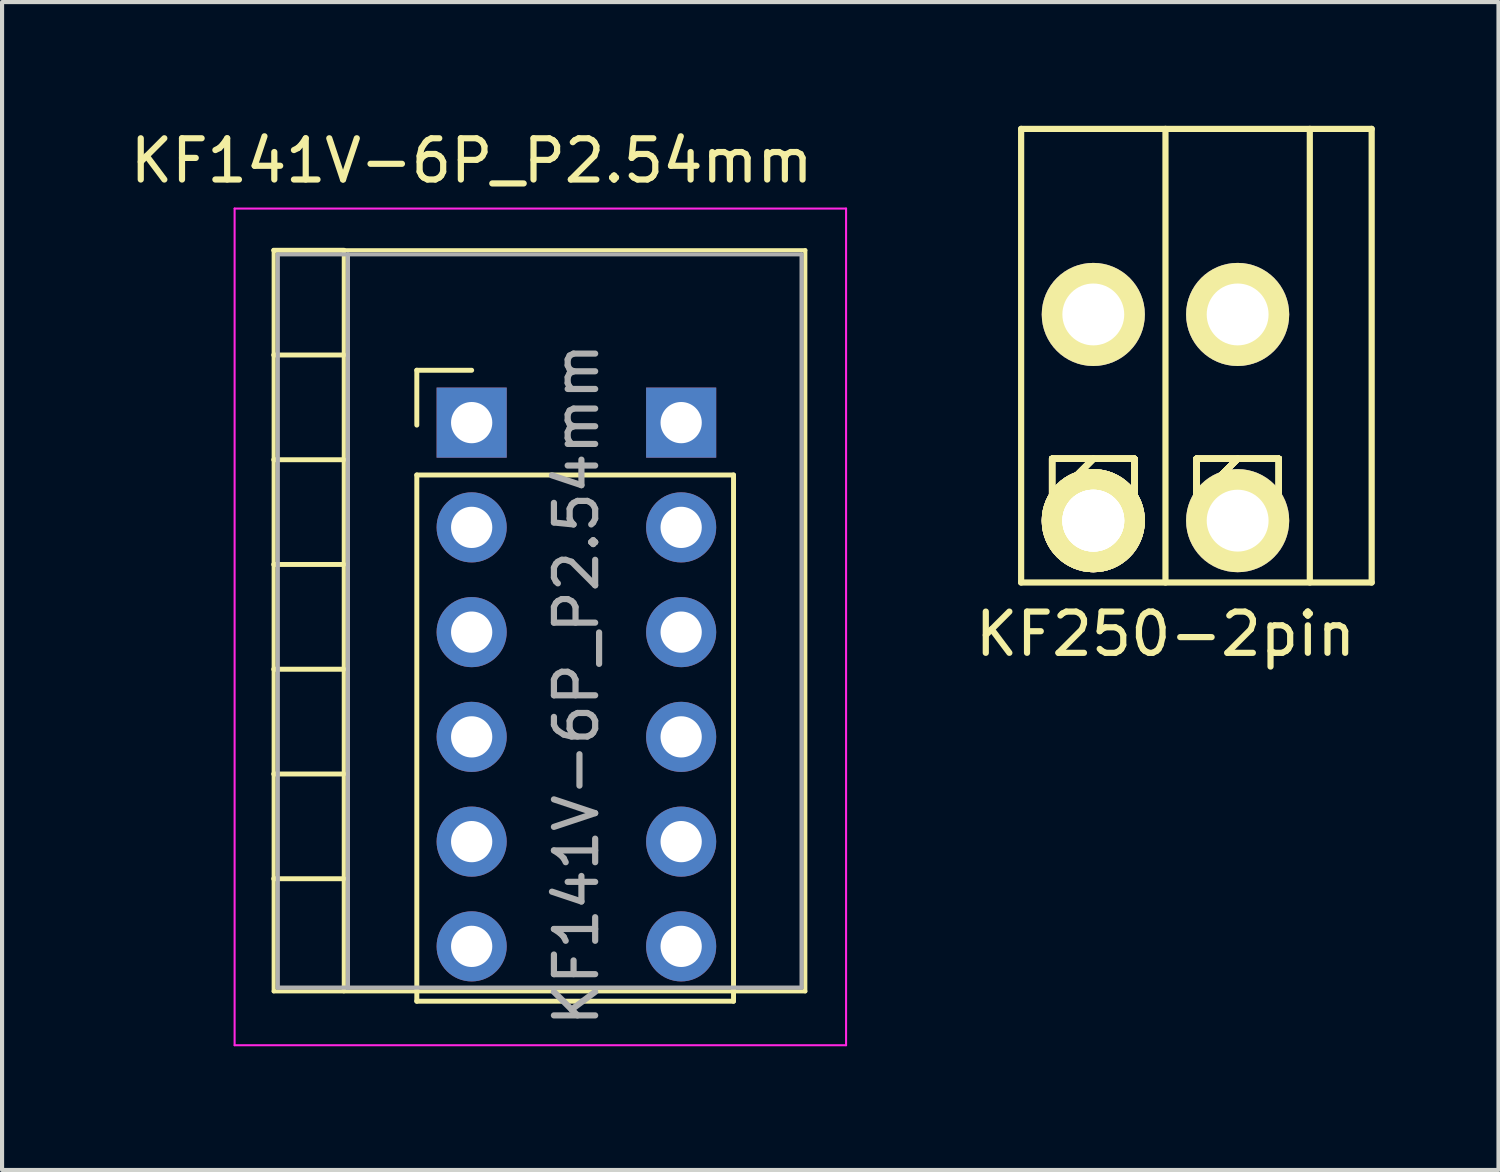
<source format=kicad_pcb>
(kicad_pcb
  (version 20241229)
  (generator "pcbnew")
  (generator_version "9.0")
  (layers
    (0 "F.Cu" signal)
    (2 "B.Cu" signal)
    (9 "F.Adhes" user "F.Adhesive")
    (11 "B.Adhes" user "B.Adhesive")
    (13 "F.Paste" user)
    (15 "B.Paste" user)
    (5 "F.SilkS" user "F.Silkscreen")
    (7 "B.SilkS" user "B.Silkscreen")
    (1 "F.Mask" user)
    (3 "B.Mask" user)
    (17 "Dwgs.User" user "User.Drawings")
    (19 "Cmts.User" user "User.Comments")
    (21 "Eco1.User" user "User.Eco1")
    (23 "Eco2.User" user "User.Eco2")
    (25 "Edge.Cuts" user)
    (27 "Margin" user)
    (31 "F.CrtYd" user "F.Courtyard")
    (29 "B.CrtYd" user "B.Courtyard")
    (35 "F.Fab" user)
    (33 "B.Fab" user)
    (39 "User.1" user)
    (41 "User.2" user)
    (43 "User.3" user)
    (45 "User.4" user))
  (footprint "KF250-2pin"
    (layer "F.Cu")
    (at 25.211 7.075)
    (property "Reference" "KF250-2pin" (at 0 5.25 0) (layer "F.SilkS") (effects (font (size 1 1) (thickness 0.15))))
    (attr through_hole)
    (fp_line (start -3.5 -7) (end -3.5 4) (stroke (width 0.15) (type solid)) (layer "F.SilkS"))
    (fp_line (start -3.5 -7) (end 5 -7) (stroke (width 0.15) (type solid)) (layer "F.SilkS"))
    (fp_line (start -3.5 4) (end 5 4) (stroke (width 0.15) (type solid)) (layer "F.SilkS"))
    (fp_line (start -2.75 1) (end -2.75 3) (stroke (width 0.15) (type solid)) (layer "F.SilkS"))
    (fp_line (start -2.75 1) (end -2.75 3) (stroke (width 0.15) (type solid)) (layer "F.SilkS"))
    (fp_line (start -2.75 1) (end -2.75 3) (stroke (width 0.15) (type solid)) (layer "F.SilkS"))
    (fp_line (start -2.75 1) (end -2.75 3) (stroke (width 0.15) (type solid)) (layer "F.SilkS"))
    (fp_line (start -2.75 1) (end -2.75 3) (stroke (width 0.15) (type solid)) (layer "F.SilkS"))
    (fp_line (start -2.75 1) (end -2.75 3) (stroke (width 0.15) (type solid)) (layer "F.SilkS"))
    (fp_line (start -2.75 1) (end -2.75 3) (stroke (width 0.15) (type solid)) (layer "F.SilkS"))
    (fp_line (start -2.75 1) (end -2.75 3) (stroke (width 0.15) (type solid)) (layer "F.SilkS"))
    (fp_line (start -2.75 3) (end -0.75 3) (stroke (width 0.15) (type solid)) (layer "F.SilkS"))
    (fp_line (start -2.75 3) (end -0.75 3) (stroke (width 0.15) (type solid)) (layer "F.SilkS"))
    (fp_line (start -2.75 3) (end -0.75 3) (stroke (width 0.15) (type solid)) (layer "F.SilkS"))
    (fp_line (start -2.75 3) (end -0.75 3) (stroke (width 0.15) (type solid)) (layer "F.SilkS"))
    (fp_line (start -2.75 3) (end -0.75 3) (stroke (width 0.15) (type solid)) (layer "F.SilkS"))
    (fp_line (start -2.75 3) (end -0.75 3) (stroke (width 0.15) (type solid)) (layer "F.SilkS"))
    (fp_line (start -2.75 3) (end -0.75 3) (stroke (width 0.15) (type solid)) (layer "F.SilkS"))
    (fp_line (start -2.75 3) (end -0.75 3) (stroke (width 0.15) (type solid)) (layer "F.SilkS"))
    (fp_line (start -1.75 1) (end -2.75 2) (stroke (width 0.15) (type solid)) (layer "F.SilkS"))
    (fp_line (start -1.75 1) (end -2.75 2) (stroke (width 0.15) (type solid)) (layer "F.SilkS"))
    (fp_line (start -1.75 1) (end -2.75 2) (stroke (width 0.15) (type solid)) (layer "F.SilkS"))
    (fp_line (start -1.75 1) (end -2.75 2) (stroke (width 0.15) (type solid)) (layer "F.SilkS"))
    (fp_line (start -1.75 1) (end -2.75 2) (stroke (width 0.15) (type solid)) (layer "F.SilkS"))
    (fp_line (start -1.75 1) (end -2.75 2) (stroke (width 0.15) (type solid)) (layer "F.SilkS"))
    (fp_line (start -1.75 1) (end -2.75 2) (stroke (width 0.15) (type solid)) (layer "F.SilkS"))
    (fp_line (start -1.75 1) (end -2.75 2) (stroke (width 0.15) (type solid)) (layer "F.SilkS"))
    (fp_line (start -0.75 1) (end -2.75 1) (stroke (width 0.15) (type solid)) (layer "F.SilkS"))
    (fp_line (start -0.75 1) (end -2.75 1) (stroke (width 0.15) (type solid)) (layer "F.SilkS"))
    (fp_line (start -0.75 1) (end -2.75 1) (stroke (width 0.15) (type solid)) (layer "F.SilkS"))
    (fp_line (start -0.75 1) (end -2.75 1) (stroke (width 0.15) (type solid)) (layer "F.SilkS"))
    (fp_line (start -0.75 1) (end -2.75 1) (stroke (width 0.15) (type solid)) (layer "F.SilkS"))
    (fp_line (start -0.75 1) (end -2.75 1) (stroke (width 0.15) (type solid)) (layer "F.SilkS"))
    (fp_line (start -0.75 1) (end -2.75 1) (stroke (width 0.15) (type solid)) (layer "F.SilkS"))
    (fp_line (start -0.75 1) (end -2.75 1) (stroke (width 0.15) (type solid)) (layer "F.SilkS"))
    (fp_line (start -0.75 3) (end -0.75 1) (stroke (width 0.15) (type solid)) (layer "F.SilkS"))
    (fp_line (start -0.75 3) (end -0.75 1) (stroke (width 0.15) (type solid)) (layer "F.SilkS"))
    (fp_line (start -0.75 3) (end -0.75 1) (stroke (width 0.15) (type solid)) (layer "F.SilkS"))
    (fp_line (start -0.75 3) (end -0.75 1) (stroke (width 0.15) (type solid)) (layer "F.SilkS"))
    (fp_line (start -0.75 3) (end -0.75 1) (stroke (width 0.15) (type solid)) (layer "F.SilkS"))
    (fp_line (start -0.75 3) (end -0.75 1) (stroke (width 0.15) (type solid)) (layer "F.SilkS"))
    (fp_line (start -0.75 3) (end -0.75 1) (stroke (width 0.15) (type solid)) (layer "F.SilkS"))
    (fp_line (start -0.75 3) (end -0.75 1) (stroke (width 0.15) (type solid)) (layer "F.SilkS"))
    (fp_line (start 0 -7) (end 0 4) (stroke (width 0.15) (type solid)) (layer "F.SilkS"))
    (fp_line (start 0.75 1) (end 0.75 3) (stroke (width 0.15) (type solid)) (layer "F.SilkS"))
    (fp_line (start 0.75 1) (end 0.75 3) (stroke (width 0.15) (type solid)) (layer "F.SilkS"))
    (fp_line (start 0.75 1) (end 0.75 3) (stroke (width 0.15) (type solid)) (layer "F.SilkS"))
    (fp_line (start 0.75 1) (end 0.75 3) (stroke (width 0.15) (type solid)) (layer "F.SilkS"))
    (fp_line (start 0.75 1) (end 0.75 3) (stroke (width 0.15) (type solid)) (layer "F.SilkS"))
    (fp_line (start 0.75 1) (end 0.75 3) (stroke (width 0.15) (type solid)) (layer "F.SilkS"))
    (fp_line (start 0.75 1) (end 0.75 3) (stroke (width 0.15) (type solid)) (layer "F.SilkS"))
    (fp_line (start 0.75 1) (end 0.75 3) (stroke (width 0.15) (type solid)) (layer "F.SilkS"))
    (fp_line (start 0.75 3) (end 2.75 3) (stroke (width 0.15) (type solid)) (layer "F.SilkS"))
    (fp_line (start 0.75 3) (end 2.75 3) (stroke (width 0.15) (type solid)) (layer "F.SilkS"))
    (fp_line (start 0.75 3) (end 2.75 3) (stroke (width 0.15) (type solid)) (layer "F.SilkS"))
    (fp_line (start 0.75 3) (end 2.75 3) (stroke (width 0.15) (type solid)) (layer "F.SilkS"))
    (fp_line (start 0.75 3) (end 2.75 3) (stroke (width 0.15) (type solid)) (layer "F.SilkS"))
    (fp_line (start 0.75 3) (end 2.75 3) (stroke (width 0.15) (type solid)) (layer "F.SilkS"))
    (fp_line (start 0.75 3) (end 2.75 3) (stroke (width 0.15) (type solid)) (layer "F.SilkS"))
    (fp_line (start 0.75 3) (end 2.75 3) (stroke (width 0.15) (type solid)) (layer "F.SilkS"))
    (fp_line (start 1.75 1) (end 0.75 2) (stroke (width 0.15) (type solid)) (layer "F.SilkS"))
    (fp_line (start 1.75 1) (end 0.75 2) (stroke (width 0.15) (type solid)) (layer "F.SilkS"))
    (fp_line (start 1.75 1) (end 0.75 2) (stroke (width 0.15) (type solid)) (layer "F.SilkS"))
    (fp_line (start 1.75 1) (end 0.75 2) (stroke (width 0.15) (type solid)) (layer "F.SilkS"))
    (fp_line (start 1.75 1) (end 0.75 2) (stroke (width 0.15) (type solid)) (layer "F.SilkS"))
    (fp_line (start 1.75 1) (end 0.75 2) (stroke (width 0.15) (type solid)) (layer "F.SilkS"))
    (fp_line (start 1.75 1) (end 0.75 2) (stroke (width 0.15) (type solid)) (layer "F.SilkS"))
    (fp_line (start 1.75 1) (end 0.75 2) (stroke (width 0.15) (type solid)) (layer "F.SilkS"))
    (fp_line (start 2.75 1) (end 0.75 1) (stroke (width 0.15) (type solid)) (layer "F.SilkS"))
    (fp_line (start 2.75 1) (end 0.75 1) (stroke (width 0.15) (type solid)) (layer "F.SilkS"))
    (fp_line (start 2.75 1) (end 0.75 1) (stroke (width 0.15) (type solid)) (layer "F.SilkS"))
    (fp_line (start 2.75 1) (end 0.75 1) (stroke (width 0.15) (type solid)) (layer "F.SilkS"))
    (fp_line (start 2.75 1) (end 0.75 1) (stroke (width 0.15) (type solid)) (layer "F.SilkS"))
    (fp_line (start 2.75 1) (end 0.75 1) (stroke (width 0.15) (type solid)) (layer "F.SilkS"))
    (fp_line (start 2.75 1) (end 0.75 1) (stroke (width 0.15) (type solid)) (layer "F.SilkS"))
    (fp_line (start 2.75 1) (end 0.75 1) (stroke (width 0.15) (type solid)) (layer "F.SilkS"))
    (fp_line (start 2.75 3) (end 2.75 1) (stroke (width 0.15) (type solid)) (layer "F.SilkS"))
    (fp_line (start 2.75 3) (end 2.75 1) (stroke (width 0.15) (type solid)) (layer "F.SilkS"))
    (fp_line (start 2.75 3) (end 2.75 1) (stroke (width 0.15) (type solid)) (layer "F.SilkS"))
    (fp_line (start 2.75 3) (end 2.75 1) (stroke (width 0.15) (type solid)) (layer "F.SilkS"))
    (fp_line (start 2.75 3) (end 2.75 1) (stroke (width 0.15) (type solid)) (layer "F.SilkS"))
    (fp_line (start 2.75 3) (end 2.75 1) (stroke (width 0.15) (type solid)) (layer "F.SilkS"))
    (fp_line (start 2.75 3) (end 2.75 1) (stroke (width 0.15) (type solid)) (layer "F.SilkS"))
    (fp_line (start 2.75 3) (end 2.75 1) (stroke (width 0.15) (type solid)) (layer "F.SilkS"))
    (fp_line (start 3.5 -7) (end 3.5 4) (stroke (width 0.15) (type solid)) (layer "F.SilkS"))
    (fp_line (start 5 -7) (end 5 4) (stroke (width 0.15) (type solid)) (layer "F.SilkS"))
    (fp_circle (center -1.75 -2.5) (end -1.75 -1.75) (stroke (width 0.15) (type solid)) (fill no) (layer "F.SilkS"))
    (fp_circle (center 1.75 -2.5) (end 2.25 -2) (stroke (width 0.15) (type solid)) (fill no) (layer "F.SilkS"))
    (pad "1" thru_hole circle (at 1.75 -2.5) (size 2.5 2.5) (drill 1.5) (layers "*.Cu" "*.Mask" "F.SilkS"))
    (pad "1" thru_hole circle (at 1.75 2.5) (size 2.5 2.5) (drill 1.5) (layers "*.Cu" "*.Mask" "F.SilkS"))
    (pad "2" thru_hole circle (at -1.75 -2.5) (size 2.5 2.5) (drill 1.5) (layers "*.Cu" "*.Mask" "F.SilkS"))
    (pad "2" thru_hole circle (at -1.75 2.5) (size 2.5 2.5) (drill 1.5) (layers "*.Cu" "*.Mask" "F.SilkS"))
    (pad "2" thru_hole circle (at -1.75 2.5) (size 2.5 2.5) (drill 1.5) (layers "*.Cu" "*.Mask" "F.SilkS"))
    (pad "2" thru_hole circle (at -1.75 2.5) (size 2.5 2.5) (drill 1.5) (layers "*.Cu" "*.Mask" "F.SilkS"))
    (pad "2" thru_hole circle (at -1.75 2.5) (size 2.5 2.5) (drill 1.5) (layers "*.Cu" "*.Mask" "F.SilkS")))
  (footprint "KF141V-6P_P2.54mm"
    (layer "F.Cu")
    (at 10.927 7.198)
    (property "Reference" "KF141V-6P_P2.54mm" (at -2.54 -6.35 0) (layer "F.SilkS") (effects (font (size 1 1) (thickness 0.15))))
    (attr through_hole)
    (fp_line (start -7.34 -4.18) (end -5.64 -4.18) (stroke (width 0.1) (type solid)) (layer "F.SilkS"))
    (fp_line (start -7.34 -4.18) (end -5.64 -4.18) (stroke (width 0.12) (type solid)) (layer "F.SilkS"))
    (fp_line (start -7.34 -1.64) (end -5.64 -1.64) (stroke (width 0.12) (type solid)) (layer "F.SilkS"))
    (fp_line (start -7.34 0.9) (end -5.64 0.9) (stroke (width 0.12) (type solid)) (layer "F.SilkS"))
    (fp_line (start -7.34 3.44) (end -5.64 3.44) (stroke (width 0.12) (type solid)) (layer "F.SilkS"))
    (fp_line (start -7.34 5.98) (end -5.64 5.98) (stroke (width 0.12) (type solid)) (layer "F.SilkS"))
    (fp_line (start -7.34 8.52) (end -5.64 8.52) (stroke (width 0.12) (type solid)) (layer "F.SilkS"))
    (fp_line (start -7.34 11.06) (end -5.64 11.06) (stroke (width 0.12) (type solid)) (layer "F.SilkS"))
    (fp_line (start -7.34 13.79) (end -7.34 -4.18) (stroke (width 0.1) (type solid)) (layer "F.SilkS"))
    (fp_line (start -7.34 13.79) (end 5.55 13.79) (stroke (width 0.1) (type solid)) (layer "F.SilkS"))
    (fp_line (start -5.64 -4.18) (end -5.64 13.79) (stroke (width 0.1) (type solid)) (layer "F.SilkS"))
    (fp_line (start -5.64 -4.18) (end 5.55 -4.18) (stroke (width 0.1) (type solid)) (layer "F.SilkS"))
    (fp_line (start -3.87 -1.27) (end -2.54 -1.27) (stroke (width 0.12) (type solid)) (layer "F.SilkS"))
    (fp_line (start -3.87 0.06) (end -3.87 -1.27) (stroke (width 0.12) (type solid)) (layer "F.SilkS"))
    (fp_line (start -3.87 1.27) (end -3.87 14.03) (stroke (width 0.12) (type solid)) (layer "F.SilkS"))
    (fp_line (start -3.87 1.27) (end 3.81 1.27) (stroke (width 0.12) (type solid)) (layer "F.SilkS"))
    (fp_line (start -3.87 14.03) (end 3.81 14.03) (stroke (width 0.12) (type solid)) (layer "F.SilkS"))
    (fp_line (start 3.81 1.27) (end 3.81 14.03) (stroke (width 0.12) (type solid)) (layer "F.SilkS"))
    (fp_line (start 5.55 13.79) (end 5.55 -4.18) (stroke (width 0.1) (type solid)) (layer "F.SilkS"))
    (fp_line (start -8.288 -5.191) (end -8.288 15.097) (stroke (width 0.05) (type solid)) (layer "F.CrtYd"))
    (fp_line (start -8.288 15.097) (end 6.539 15.097) (stroke (width 0.05) (type solid)) (layer "F.CrtYd"))
    (fp_line (start 6.539 -5.191) (end -8.288 -5.191) (stroke (width 0.05) (type solid)) (layer "F.CrtYd"))
    (fp_line (start 6.539 15.097) (end 6.539 -5.191) (stroke (width 0.05) (type solid)) (layer "F.CrtYd"))
    (fp_line (start -7.24 -4.08) (end -5.54 -4.08) (stroke (width 0.1) (type solid)) (layer "F.Fab"))
    (fp_line (start -7.24 13.7) (end -7.24 -4.08) (stroke (width 0.1) (type solid)) (layer "F.Fab"))
    (fp_line (start -7.24 13.7) (end -5.54 13.7) (stroke (width 0.1) (type solid)) (layer "F.Fab"))
    (fp_line (start -5.54 -4.08) (end -5.54 13.7) (stroke (width 0.1) (type solid)) (layer "F.Fab"))
    (fp_line (start -5.54 -4.08) (end 5.46 -4.08) (stroke (width 0.1) (type solid)) (layer "F.Fab"))
    (fp_line (start -5.54 13.7) (end 5.46 13.7) (stroke (width 0.1) (type solid)) (layer "F.Fab"))
    (fp_line (start 5.46 13.7) (end 5.46 -4.08) (stroke (width 0.1) (type solid)) (layer "F.Fab"))
    (fp_text user "${REFERENCE}" (at 0 6.35 90) (layer "F.Fab") (effects (font (size 1 1) (thickness 0.15))))
    (pad "1" thru_hole rect (at -2.54 0) (size 1.7 1.7) (drill 1) (layers "*.Cu" "*.Mask"))
    (pad "1" thru_hole rect (at 2.54 0) (size 1.7 1.7) (drill 1) (layers "*.Cu" "*.Mask"))
    (pad "2" thru_hole oval (at -2.54 2.54) (size 1.7 1.7) (drill 1) (layers "*.Cu" "*.Mask"))
    (pad "2" thru_hole oval (at 2.54 2.54) (size 1.7 1.7) (drill 1) (layers "*.Cu" "*.Mask"))
    (pad "3" thru_hole oval (at -2.54 5.08) (size 1.7 1.7) (drill 1) (layers "*.Cu" "*.Mask"))
    (pad "3" thru_hole oval (at 2.54 5.08) (size 1.7 1.7) (drill 1) (layers "*.Cu" "*.Mask"))
    (pad "4" thru_hole oval (at -2.54 7.62) (size 1.7 1.7) (drill 1) (layers "*.Cu" "*.Mask"))
    (pad "4" thru_hole oval (at 2.54 7.62) (size 1.7 1.7) (drill 1) (layers "*.Cu" "*.Mask"))
    (pad "5" thru_hole oval (at -2.54 10.16) (size 1.7 1.7) (drill 1) (layers "*.Cu" "*.Mask"))
    (pad "5" thru_hole oval (at 2.54 10.16) (size 1.7 1.7) (drill 1) (layers "*.Cu" "*.Mask"))
    (pad "6" thru_hole oval (at -2.54 12.7) (size 1.7 1.7) (drill 1) (layers "*.Cu" "*.Mask"))
    (pad "6" thru_hole oval (at 2.54 12.7) (size 1.7 1.7) (drill 1) (layers "*.Cu" "*.Mask")))
  (gr_rect
    (start -3 -3)
    (end 33.286 25.32)
    (stroke (width 0.1) (type default))
    (fill no)
    (layer "Edge.Cuts")))
</source>
